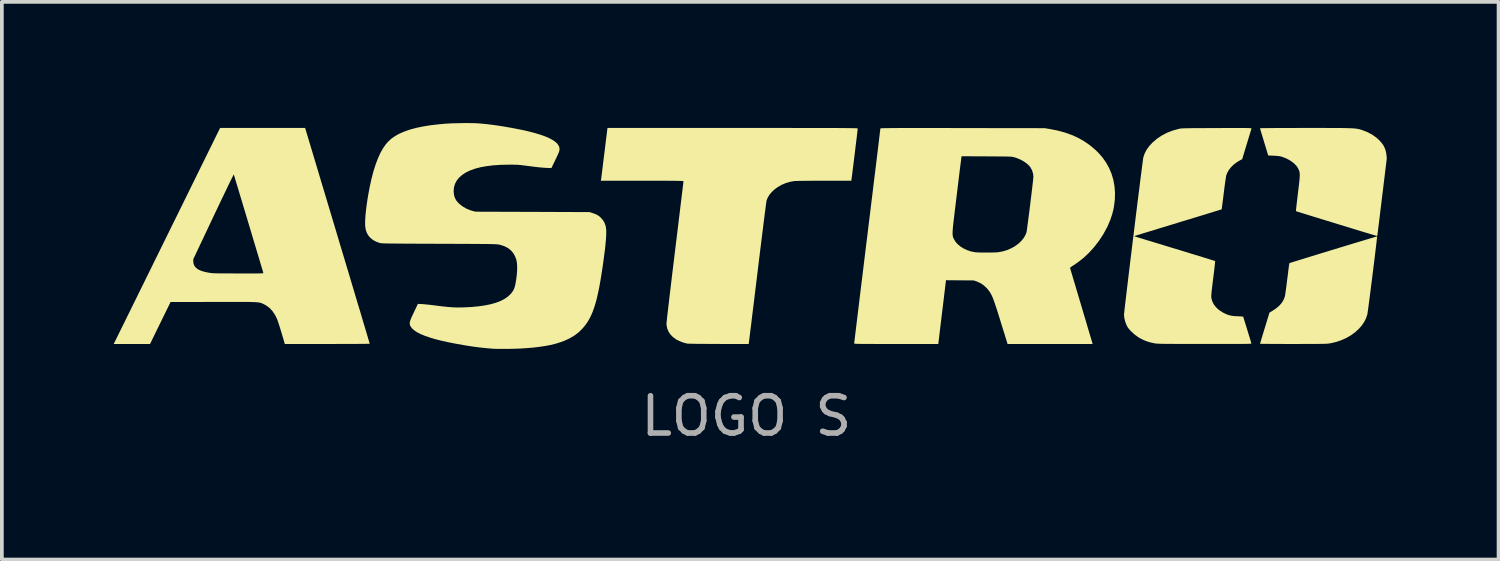
<source format=kicad_pcb>
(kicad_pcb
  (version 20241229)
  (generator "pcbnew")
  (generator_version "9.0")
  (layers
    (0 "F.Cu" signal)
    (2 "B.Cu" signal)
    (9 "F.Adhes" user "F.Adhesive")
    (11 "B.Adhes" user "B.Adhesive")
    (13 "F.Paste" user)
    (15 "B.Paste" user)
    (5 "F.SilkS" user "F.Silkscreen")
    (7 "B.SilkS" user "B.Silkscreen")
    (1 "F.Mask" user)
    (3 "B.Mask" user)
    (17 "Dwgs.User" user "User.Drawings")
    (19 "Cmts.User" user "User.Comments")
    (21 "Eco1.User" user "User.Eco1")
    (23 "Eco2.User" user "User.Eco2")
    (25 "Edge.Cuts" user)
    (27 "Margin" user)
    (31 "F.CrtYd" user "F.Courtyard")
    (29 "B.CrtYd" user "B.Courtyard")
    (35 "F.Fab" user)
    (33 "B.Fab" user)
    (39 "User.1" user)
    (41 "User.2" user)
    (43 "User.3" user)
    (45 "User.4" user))
  (footprint "LOGO S"
    (layer "F.Cu")
    (at 17.059 3.27)
    (property "Reference" "LOGO S" (at -0.09 4.84 0) (layer "F.Fab") (effects (font (size 1 1) (thickness 0.15))))
    (attr board_only exclude_from_pos_files exclude_from_bom)
    (fp_poly (pts (xy 14.31 -0.755) (xy 16.83 0.02) (xy 14.31 0.785) (xy 13.58 3.29) (xy 12.81 0.775) (xy 10.32 0.015) (xy 12.83 -0.755) (xy 13.575 -3.27)) (stroke (width 0) (type solid)) (fill yes) (layer "F.Mask"))
    (fp_poly (pts (xy 16.828 0.031) (xy 16.825 0.059) (xy 16.821 0.102) (xy 16.814 0.16) (xy 16.806 0.231) (xy 16.796 0.313) (xy 16.785 0.405) (xy 16.773 0.506) (xy 16.76 0.614) (xy 16.746 0.727) (xy 16.731 0.845) (xy 16.716 0.966) (xy 16.701 1.087) (xy 16.686 1.208) (xy 16.67 1.328) (xy 16.656 1.445) (xy 16.641 1.556) (xy 16.628 1.662) (xy 16.615 1.76) (xy 16.603 1.849) (xy 16.593 1.927) (xy 16.584 1.994) (xy 16.576 2.047) (xy 16.571 2.085) (xy 16.567 2.106) (xy 16.567 2.109) (xy 16.532 2.216) (xy 16.479 2.32) (xy 16.411 2.419) (xy 16.328 2.511) (xy 16.232 2.597) (xy 16.124 2.675) (xy 16.006 2.743) (xy 15.879 2.801) (xy 15.745 2.848) (xy 15.605 2.882) (xy 15.545 2.892) (xy 15.526 2.895) (xy 15.503 2.897) (xy 15.474 2.899) (xy 15.44 2.901) (xy 15.398 2.902) (xy 15.347 2.903) (xy 15.286 2.904) (xy 15.214 2.905) (xy 15.13 2.906) (xy 15.032 2.906) (xy 14.919 2.906) (xy 14.79 2.906) (xy 14.644 2.907) (xy 14.569 2.907) (xy 14.441 2.907) (xy 14.319 2.906) (xy 14.204 2.906) (xy 14.097 2.906) (xy 14 2.905) (xy 13.913 2.904) (xy 13.839 2.903) (xy 13.778 2.903) (xy 13.731 2.902) (xy 13.701 2.901) (xy 13.688 2.9) (xy 13.688 2.9) (xy 13.691 2.889) (xy 13.699 2.863) (xy 13.711 2.822) (xy 13.727 2.768) (xy 13.746 2.703) (xy 13.769 2.63) (xy 13.793 2.549) (xy 13.815 2.479) (xy 13.941 2.066) (xy 14.012 2.023) (xy 14.113 1.956) (xy 14.196 1.887) (xy 14.262 1.814) (xy 14.312 1.738) (xy 14.346 1.655) (xy 14.357 1.618) (xy 14.361 1.597) (xy 14.367 1.559) (xy 14.374 1.507) (xy 14.383 1.443) (xy 14.393 1.369) (xy 14.403 1.288) (xy 14.414 1.201) (xy 14.42 1.154) (xy 14.431 1.068) (xy 14.441 0.988) (xy 14.45 0.915) (xy 14.458 0.853) (xy 14.465 0.802) (xy 14.471 0.765) (xy 14.474 0.743) (xy 14.476 0.739) (xy 14.485 0.735) (xy 14.512 0.726) (xy 14.554 0.713) (xy 14.61 0.695) (xy 14.679 0.674) (xy 14.76 0.649) (xy 14.851 0.621) (xy 14.951 0.59) (xy 15.059 0.557) (xy 15.173 0.522) (xy 15.292 0.485) (xy 15.415 0.448) (xy 15.54 0.409) (xy 15.667 0.371) (xy 15.793 0.332) (xy 15.918 0.294) (xy 16.04 0.257) (xy 16.158 0.221) (xy 16.271 0.187) (xy 16.377 0.155) (xy 16.475 0.126) (xy 16.564 0.099) (xy 16.642 0.075) (xy 16.708 0.056) (xy 16.761 0.04) (xy 16.8 0.029) (xy 16.822 0.023) (xy 16.828 0.021)) (stroke (width 0) (type solid)) (fill yes) (layer "F.SilkS"))
    (fp_poly (pts (xy 15.1 -2.888) (xy 15.267 -2.888) (xy 15.418 -2.888) (xy 15.553 -2.887) (xy 15.673 -2.887) (xy 15.779 -2.886) (xy 15.873 -2.886) (xy 15.955 -2.885) (xy 16.026 -2.883) (xy 16.088 -2.881) (xy 16.141 -2.879) (xy 16.187 -2.877) (xy 16.226 -2.874) (xy 16.261 -2.87) (xy 16.29 -2.866) (xy 16.317 -2.861) (xy 16.341 -2.856) (xy 16.365 -2.85) (xy 16.388 -2.843) (xy 16.412 -2.836) (xy 16.433 -2.829) (xy 16.57 -2.776) (xy 16.695 -2.709) (xy 16.808 -2.629) (xy 16.884 -2.56) (xy 16.945 -2.493) (xy 16.992 -2.428) (xy 17.028 -2.36) (xy 17.047 -2.313) (xy 17.061 -2.264) (xy 17.073 -2.207) (xy 17.081 -2.146) (xy 17.086 -2.091) (xy 17.085 -2.045) (xy 17.084 -2.042) (xy 17.082 -2.027) (xy 17.078 -1.994) (xy 17.073 -1.945) (xy 17.065 -1.881) (xy 17.055 -1.804) (xy 17.044 -1.714) (xy 17.032 -1.613) (xy 17.019 -1.503) (xy 17.004 -1.384) (xy 16.989 -1.259) (xy 16.973 -1.127) (xy 16.96 -1.026) (xy 16.944 -0.891) (xy 16.928 -0.762) (xy 16.913 -0.638) (xy 16.899 -0.522) (xy 16.886 -0.415) (xy 16.874 -0.318) (xy 16.863 -0.233) (xy 16.854 -0.16) (xy 16.847 -0.101) (xy 16.841 -0.057) (xy 16.838 -0.03) (xy 16.836 -0.021) (xy 16.83 -0.001) (xy 16.821 0.008) (xy 16.82 0.008) (xy 16.809 0.006) (xy 16.782 -0.003) (xy 16.739 -0.016) (xy 16.681 -0.033) (xy 16.609 -0.055) (xy 16.525 -0.08) (xy 16.429 -0.109) (xy 16.323 -0.141) (xy 16.208 -0.176) (xy 16.085 -0.214) (xy 15.956 -0.254) (xy 15.82 -0.295) (xy 15.733 -0.322) (xy 15.595 -0.364) (xy 15.462 -0.405) (xy 15.334 -0.444) (xy 15.215 -0.481) (xy 15.104 -0.515) (xy 15.002 -0.547) (xy 14.911 -0.575) (xy 14.832 -0.599) (xy 14.766 -0.62) (xy 14.713 -0.637) (xy 14.677 -0.648) (xy 14.656 -0.655) (xy 14.652 -0.657) (xy 14.652 -0.667) (xy 14.654 -0.694) (xy 14.658 -0.737) (xy 14.664 -0.793) (xy 14.672 -0.861) (xy 14.681 -0.938) (xy 14.691 -1.023) (xy 14.702 -1.115) (xy 14.704 -1.134) (xy 14.718 -1.248) (xy 14.73 -1.346) (xy 14.739 -1.428) (xy 14.746 -1.497) (xy 14.751 -1.554) (xy 14.753 -1.601) (xy 14.754 -1.639) (xy 14.752 -1.672) (xy 14.748 -1.7) (xy 14.742 -1.725) (xy 14.733 -1.749) (xy 14.723 -1.773) (xy 14.713 -1.794) (xy 14.675 -1.858) (xy 14.62 -1.919) (xy 14.551 -1.977) (xy 14.47 -2.03) (xy 14.382 -2.075) (xy 14.287 -2.111) (xy 14.244 -2.124) (xy 14.21 -2.13) (xy 14.162 -2.136) (xy 14.105 -2.141) (xy 14.046 -2.144) (xy 13.997 -2.146) (xy 13.956 -2.148) (xy 13.925 -2.15) (xy 13.908 -2.151) (xy 13.906 -2.152) (xy 13.904 -2.161) (xy 13.896 -2.187) (xy 13.884 -2.226) (xy 13.868 -2.279) (xy 13.849 -2.341) (xy 13.828 -2.412) (xy 13.804 -2.489) (xy 13.797 -2.513) (xy 13.773 -2.592) (xy 13.751 -2.666) (xy 13.731 -2.731) (xy 13.714 -2.788) (xy 13.701 -2.832) (xy 13.692 -2.863) (xy 13.688 -2.879) (xy 13.688 -2.88) (xy 13.697 -2.881) (xy 13.724 -2.882) (xy 13.768 -2.883) (xy 13.828 -2.883) (xy 13.902 -2.884) (xy 13.99 -2.885) (xy 14.089 -2.886) (xy 14.2 -2.886) (xy 14.321 -2.887) (xy 14.451 -2.887) (xy 14.589 -2.887) (xy 14.733 -2.888) (xy 14.883 -2.888) (xy 14.914 -2.888)) (stroke (width 0) (type solid)) (fill yes) (layer "F.SilkS"))
    (fp_poly (pts (xy -11.058 0.002) (xy -10.99 0.231) (xy -10.923 0.454) (xy -10.857 0.672) (xy -10.794 0.884) (xy -10.732 1.09) (xy -10.673 1.288) (xy -10.616 1.478) (xy -10.562 1.659) (xy -10.511 1.83) (xy -10.462 1.991) (xy -10.417 2.142) (xy -10.376 2.281) (xy -10.338 2.408) (xy -10.304 2.521) (xy -10.274 2.622) (xy -10.249 2.708) (xy -10.228 2.779) (xy -10.211 2.834) (xy -10.2 2.873) (xy -10.193 2.895) (xy -10.192 2.9) (xy -10.201 2.9) (xy -10.228 2.901) (xy -10.272 2.902) (xy -10.332 2.903) (xy -10.405 2.904) (xy -10.492 2.904) (xy -10.591 2.905) (xy -10.701 2.905) (xy -10.821 2.906) (xy -10.949 2.906) (xy -11.084 2.906) (xy -11.226 2.907) (xy -11.331 2.907) (xy -12.469 2.907) (xy -12.556 2.613) (xy -12.579 2.537) (xy -12.602 2.463) (xy -12.624 2.394) (xy -12.644 2.333) (xy -12.661 2.283) (xy -12.674 2.247) (xy -12.677 2.237) (xy -12.733 2.125) (xy -12.799 2.027) (xy -12.874 1.945) (xy -12.959 1.88) (xy -13.017 1.847) (xy -13.037 1.837) (xy -13.056 1.828) (xy -13.074 1.819) (xy -13.091 1.812) (xy -13.11 1.806) (xy -13.131 1.8) (xy -13.155 1.795) (xy -13.184 1.791) (xy -13.218 1.788) (xy -13.259 1.785) (xy -13.307 1.782) (xy -13.364 1.781) (xy -13.43 1.779) (xy -13.508 1.778) (xy -13.597 1.778) (xy -13.699 1.778) (xy -13.815 1.778) (xy -13.946 1.778) (xy -14.093 1.778) (xy -14.257 1.778) (xy -14.387 1.779) (xy -15.534 1.781) (xy -15.81 2.344) (xy -16.085 2.907) (xy -17.059 2.907) (xy -16.819 2.42) (xy -16.794 2.369) (xy -16.761 2.303) (xy -16.721 2.221) (xy -16.674 2.125) (xy -16.619 2.015) (xy -16.559 1.892) (xy -16.493 1.758) (xy -16.421 1.612) (xy -16.345 1.457) (xy -16.264 1.293) (xy -16.179 1.12) (xy -16.09 0.94) (xy -15.998 0.753) (xy -15.969 0.693) (xy -14.925 0.693) (xy -14.917 0.758) (xy -14.891 0.816) (xy -14.849 0.866) (xy -14.789 0.909) (xy -14.711 0.945) (xy -14.616 0.973) (xy -14.524 0.992) (xy -14.499 0.996) (xy -14.477 0.999) (xy -14.456 1.002) (xy -14.434 1.005) (xy -14.411 1.007) (xy -14.384 1.009) (xy -14.352 1.01) (xy -14.314 1.011) (xy -14.268 1.012) (xy -14.212 1.013) (xy -14.145 1.014) (xy -14.065 1.014) (xy -13.972 1.014) (xy -13.863 1.014) (xy -13.737 1.015) (xy -13.704 1.015) (xy -13.575 1.015) (xy -13.465 1.015) (xy -13.371 1.015) (xy -13.291 1.015) (xy -13.226 1.015) (xy -13.173 1.014) (xy -13.132 1.014) (xy -13.1 1.013) (xy -13.077 1.011) (xy -13.061 1.009) (xy -13.052 1.007) (xy -13.047 1.005) (xy -13.045 1.002) (xy -13.046 1) (xy -13.066 0.931) (xy -13.09 0.85) (xy -13.118 0.758) (xy -13.148 0.656) (xy -13.181 0.545) (xy -13.217 0.427) (xy -13.254 0.302) (xy -13.293 0.173) (xy -13.333 0.04) (xy -13.373 -0.096) (xy -13.415 -0.234) (xy -13.456 -0.371) (xy -13.497 -0.508) (xy -13.537 -0.642) (xy -13.577 -0.773) (xy -13.614 -0.899) (xy -13.651 -1.02) (xy -13.685 -1.133) (xy -13.716 -1.238) (xy -13.745 -1.333) (xy -13.771 -1.418) (xy -13.793 -1.491) (xy -13.811 -1.551) (xy -13.825 -1.597) (xy -13.834 -1.627) (xy -13.838 -1.64) (xy -13.838 -1.64) (xy -13.843 -1.633) (xy -13.856 -1.61) (xy -13.875 -1.571) (xy -13.901 -1.519) (xy -13.934 -1.453) (xy -13.972 -1.375) (xy -14.015 -1.285) (xy -14.063 -1.185) (xy -14.115 -1.076) (xy -14.172 -0.959) (xy -14.231 -0.834) (xy -14.293 -0.703) (xy -14.358 -0.567) (xy -14.385 -0.51) (xy -14.925 0.632) (xy -14.925 0.693) (xy -15.969 0.693) (xy -15.903 0.56) (xy -15.806 0.363) (xy -15.707 0.162) (xy -15.606 -0.043) (xy -15.505 -0.249) (xy -15.402 -0.457) (xy -15.392 -0.477) (xy -14.206 -2.888) (xy -11.925 -2.888)) (stroke (width 0) (type solid)) (fill yes) (layer "F.SilkS"))
    (fp_poly (pts (xy -0.159 -2.888) (xy 0.122 -2.888) (xy 0.386 -2.888) (xy 0.632 -2.888) (xy 0.862 -2.888) (xy 1.076 -2.888) (xy 1.274 -2.887) (xy 1.457 -2.887) (xy 1.626 -2.887) (xy 1.782 -2.887) (xy 1.924 -2.887) (xy 2.053 -2.887) (xy 2.171 -2.886) (xy 2.277 -2.886) (xy 2.372 -2.886) (xy 2.457 -2.885) (xy 2.532 -2.885) (xy 2.598 -2.884) (xy 2.656 -2.884) (xy 2.706 -2.883) (xy 2.748 -2.882) (xy 2.784 -2.882) (xy 2.813 -2.881) (xy 2.837 -2.88) (xy 2.856 -2.879) (xy 2.87 -2.878) (xy 2.881 -2.877) (xy 2.888 -2.875) (xy 2.893 -2.874) (xy 2.896 -2.873) (xy 2.897 -2.871) (xy 2.897 -2.87) (xy 2.896 -2.858) (xy 2.893 -2.829) (xy 2.888 -2.785) (xy 2.881 -2.728) (xy 2.873 -2.659) (xy 2.863 -2.58) (xy 2.853 -2.494) (xy 2.841 -2.402) (xy 2.83 -2.306) (xy 2.818 -2.208) (xy 2.806 -2.109) (xy 2.794 -2.012) (xy 2.782 -1.918) (xy 2.771 -1.829) (xy 2.761 -1.747) (xy 2.752 -1.674) (xy 2.744 -1.612) (xy 2.737 -1.562) (xy 2.733 -1.527) (xy 2.73 -1.508) (xy 2.73 -1.508) (xy 2.725 -1.472) (xy 1.996 -1.472) (xy 1.856 -1.472) (xy 1.727 -1.472) (xy 1.608 -1.471) (xy 1.502 -1.47) (xy 1.409 -1.469) (xy 1.331 -1.468) (xy 1.268 -1.466) (xy 1.222 -1.465) (xy 1.193 -1.463) (xy 1.19 -1.463) (xy 1.073 -1.441) (xy 0.961 -1.407) (xy 0.854 -1.361) (xy 0.756 -1.305) (xy 0.667 -1.241) (xy 0.59 -1.169) (xy 0.526 -1.092) (xy 0.478 -1.009) (xy 0.452 -0.942) (xy 0.45 -0.927) (xy 0.445 -0.895) (xy 0.438 -0.845) (xy 0.429 -0.78) (xy 0.419 -0.699) (xy 0.406 -0.605) (xy 0.393 -0.497) (xy 0.377 -0.376) (xy 0.361 -0.244) (xy 0.343 -0.102) (xy 0.324 0.05) (xy 0.304 0.211) (xy 0.283 0.379) (xy 0.262 0.555) (xy 0.239 0.736) (xy 0.217 0.922) (xy 0.209 0.987) (xy 0.186 1.174) (xy 0.164 1.356) (xy 0.142 1.532) (xy 0.122 1.702) (xy 0.102 1.864) (xy 0.083 2.017) (xy 0.065 2.161) (xy 0.049 2.295) (xy 0.034 2.417) (xy 0.02 2.528) (xy 0.008 2.625) (xy -0.002 2.708) (xy -0.01 2.777) (xy -0.017 2.829) (xy -0.022 2.865) (xy -0.024 2.883) (xy -0.024 2.885) (xy -0.029 2.907) (xy -0.824 2.906) (xy -0.947 2.905) (xy -1.065 2.905) (xy -1.177 2.904) (xy -1.281 2.903) (xy -1.376 2.903) (xy -1.461 2.902) (xy -1.534 2.9) (xy -1.592 2.899) (xy -1.636 2.898) (xy -1.663 2.897) (xy -1.671 2.896) (xy -1.738 2.881) (xy -1.813 2.857) (xy -1.887 2.827) (xy -1.953 2.795) (xy -1.97 2.785) (xy -2.054 2.725) (xy -2.123 2.656) (xy -2.176 2.579) (xy -2.211 2.495) (xy -2.23 2.405) (xy -2.232 2.358) (xy -2.231 2.341) (xy -2.228 2.307) (xy -2.222 2.256) (xy -2.215 2.188) (xy -2.206 2.106) (xy -2.194 2.009) (xy -2.182 1.9) (xy -2.167 1.778) (xy -2.152 1.644) (xy -2.135 1.501) (xy -2.116 1.347) (xy -2.097 1.186) (xy -2.077 1.017) (xy -2.055 0.841) (xy -2.033 0.66) (xy -2.011 0.473) (xy -2.004 0.421) (xy -1.982 0.234) (xy -1.959 0.053) (xy -1.938 -0.123) (xy -1.917 -0.291) (xy -1.898 -0.453) (xy -1.879 -0.605) (xy -1.862 -0.748) (xy -1.846 -0.88) (xy -1.831 -1.002) (xy -1.818 -1.111) (xy -1.806 -1.207) (xy -1.796 -1.289) (xy -1.788 -1.356) (xy -1.782 -1.407) (xy -1.778 -1.441) (xy -1.776 -1.458) (xy -1.776 -1.459) (xy -1.779 -1.461) (xy -1.786 -1.463) (xy -1.8 -1.465) (xy -1.821 -1.466) (xy -1.85 -1.467) (xy -1.888 -1.468) (xy -1.936 -1.469) (xy -1.995 -1.47) (xy -2.066 -1.471) (xy -2.15 -1.471) (xy -2.248 -1.472) (xy -2.36 -1.472) (xy -2.488 -1.472) (xy -2.633 -1.472) (xy -2.795 -1.472) (xy -2.884 -1.472) (xy -3.992 -1.472) (xy -3.987 -1.508) (xy -3.984 -1.523) (xy -3.98 -1.556) (xy -3.974 -1.604) (xy -3.966 -1.666) (xy -3.957 -1.74) (xy -3.946 -1.826) (xy -3.935 -1.92) (xy -3.922 -2.023) (xy -3.909 -2.131) (xy -3.898 -2.216) (xy -3.815 -2.888) (xy -0.459 -2.888)) (stroke (width 0) (type solid)) (fill yes) (layer "F.SilkS"))
    (fp_poly (pts (xy 13.205 -2.886) (xy 13.268 -2.886) (xy 13.32 -2.886) (xy 13.362 -2.885) (xy 13.394 -2.884) (xy 13.418 -2.883) (xy 13.436 -2.881) (xy 13.447 -2.88) (xy 13.454 -2.878) (xy 13.457 -2.875) (xy 13.458 -2.873) (xy 13.458 -2.871) (xy 13.454 -2.859) (xy 13.446 -2.83) (xy 13.433 -2.787) (xy 13.416 -2.732) (xy 13.396 -2.666) (xy 13.374 -2.592) (xy 13.349 -2.511) (xy 13.331 -2.452) (xy 13.209 -2.05) (xy 13.171 -2.031) (xy 13.073 -1.974) (xy 12.985 -1.908) (xy 12.91 -1.835) (xy 12.849 -1.757) (xy 12.804 -1.675) (xy 12.781 -1.61) (xy 12.777 -1.589) (xy 12.771 -1.551) (xy 12.763 -1.498) (xy 12.753 -1.434) (xy 12.743 -1.36) (xy 12.732 -1.278) (xy 12.721 -1.19) (xy 12.714 -1.131) (xy 12.703 -1.043) (xy 12.693 -0.962) (xy 12.683 -0.889) (xy 12.675 -0.825) (xy 12.668 -0.773) (xy 12.663 -0.734) (xy 12.659 -0.711) (xy 12.658 -0.705) (xy 12.649 -0.702) (xy 12.622 -0.694) (xy 12.58 -0.681) (xy 12.522 -0.663) (xy 12.451 -0.641) (xy 12.367 -0.615) (xy 12.272 -0.586) (xy 12.165 -0.553) (xy 12.05 -0.518) (xy 11.926 -0.48) (xy 11.794 -0.44) (xy 11.656 -0.398) (xy 11.514 -0.355) (xy 11.502 -0.351) (xy 11.358 -0.307) (xy 11.22 -0.265) (xy 11.087 -0.225) (xy 10.961 -0.186) (xy 10.844 -0.15) (xy 10.735 -0.117) (xy 10.638 -0.087) (xy 10.551 -0.061) (xy 10.477 -0.038) (xy 10.417 -0.02) (xy 10.372 -0.005) (xy 10.343 0.004) (xy 10.33 0.008) (xy 10.33 0.008) (xy 10.32 0.014) (xy 10.324 0.019) (xy 10.344 0.027) (xy 10.344 0.027) (xy 10.358 0.031) (xy 10.388 0.04) (xy 10.434 0.054) (xy 10.495 0.073) (xy 10.569 0.095) (xy 10.655 0.122) (xy 10.753 0.151) (xy 10.86 0.184) (xy 10.977 0.219) (xy 11.1 0.257) (xy 11.231 0.297) (xy 11.366 0.338) (xy 11.427 0.356) (xy 11.564 0.398) (xy 11.695 0.438) (xy 11.821 0.477) (xy 11.939 0.513) (xy 12.048 0.546) (xy 12.148 0.577) (xy 12.237 0.604) (xy 12.314 0.628) (xy 12.378 0.648) (xy 12.428 0.664) (xy 12.463 0.675) (xy 12.481 0.681) (xy 12.483 0.682) (xy 12.483 0.693) (xy 12.481 0.72) (xy 12.477 0.763) (xy 12.471 0.819) (xy 12.464 0.886) (xy 12.455 0.963) (xy 12.444 1.048) (xy 12.433 1.139) (xy 12.431 1.152) (xy 12.418 1.259) (xy 12.407 1.348) (xy 12.398 1.422) (xy 12.391 1.483) (xy 12.386 1.531) (xy 12.383 1.57) (xy 12.381 1.601) (xy 12.38 1.625) (xy 12.38 1.645) (xy 12.382 1.662) (xy 12.384 1.679) (xy 12.385 1.682) (xy 12.409 1.768) (xy 12.451 1.849) (xy 12.51 1.924) (xy 12.585 1.993) (xy 12.676 2.053) (xy 12.725 2.08) (xy 12.788 2.109) (xy 12.848 2.131) (xy 12.908 2.146) (xy 12.975 2.156) (xy 13.054 2.162) (xy 13.087 2.163) (xy 13.138 2.165) (xy 13.181 2.168) (xy 13.214 2.171) (xy 13.233 2.173) (xy 13.236 2.174) (xy 13.239 2.184) (xy 13.247 2.21) (xy 13.26 2.248) (xy 13.275 2.299) (xy 13.293 2.357) (xy 13.314 2.423) (xy 13.335 2.492) (xy 13.357 2.563) (xy 13.378 2.633) (xy 13.399 2.7) (xy 13.418 2.762) (xy 13.434 2.816) (xy 13.447 2.86) (xy 13.456 2.89) (xy 13.456 2.892) (xy 13.454 2.895) (xy 13.449 2.896) (xy 13.44 2.898) (xy 13.426 2.9) (xy 13.406 2.901) (xy 13.379 2.902) (xy 13.345 2.903) (xy 13.301 2.904) (xy 13.249 2.904) (xy 13.185 2.905) (xy 13.11 2.905) (xy 13.022 2.906) (xy 12.921 2.906) (xy 12.806 2.906) (xy 12.675 2.906) (xy 12.528 2.906) (xy 12.364 2.906) (xy 12.204 2.906) (xy 12.023 2.906) (xy 11.86 2.906) (xy 11.714 2.905) (xy 11.583 2.905) (xy 11.468 2.905) (xy 11.366 2.904) (xy 11.277 2.904) (xy 11.2 2.903) (xy 11.134 2.903) (xy 11.078 2.902) (xy 11.03 2.901) (xy 10.991 2.9) (xy 10.957 2.898) (xy 10.93 2.897) (xy 10.907 2.895) (xy 10.888 2.893) (xy 10.872 2.891) (xy 10.857 2.889) (xy 10.852 2.888) (xy 10.706 2.854) (xy 10.572 2.805) (xy 10.448 2.741) (xy 10.334 2.661) (xy 10.239 2.575) (xy 10.197 2.532) (xy 10.167 2.497) (xy 10.143 2.466) (xy 10.124 2.432) (xy 10.109 2.403) (xy 10.068 2.297) (xy 10.045 2.192) (xy 10.04 2.117) (xy 10.041 2.101) (xy 10.045 2.067) (xy 10.05 2.016) (xy 10.058 1.949) (xy 10.067 1.868) (xy 10.078 1.773) (xy 10.091 1.666) (xy 10.105 1.547) (xy 10.12 1.418) (xy 10.137 1.28) (xy 10.154 1.133) (xy 10.173 0.98) (xy 10.192 0.82) (xy 10.212 0.655) (xy 10.233 0.486) (xy 10.254 0.314) (xy 10.275 0.141) (xy 10.297 -0.034) (xy 10.318 -0.208) (xy 10.339 -0.381) (xy 10.36 -0.551) (xy 10.381 -0.718) (xy 10.401 -0.881) (xy 10.421 -1.038) (xy 10.44 -1.188) (xy 10.458 -1.331) (xy 10.474 -1.465) (xy 10.49 -1.589) (xy 10.505 -1.702) (xy 10.518 -1.803) (xy 10.529 -1.892) (xy 10.539 -1.966) (xy 10.547 -2.026) (xy 10.553 -2.069) (xy 10.557 -2.095) (xy 10.559 -2.101) (xy 10.594 -2.205) (xy 10.646 -2.304) (xy 10.715 -2.4) (xy 10.802 -2.494) (xy 10.804 -2.496) (xy 10.924 -2.599) (xy 11.056 -2.687) (xy 11.2 -2.762) (xy 11.356 -2.821) (xy 11.502 -2.861) (xy 11.517 -2.865) (xy 11.532 -2.868) (xy 11.548 -2.87) (xy 11.566 -2.873) (xy 11.587 -2.875) (xy 11.612 -2.876) (xy 11.643 -2.878) (xy 11.681 -2.879) (xy 11.727 -2.88) (xy 11.783 -2.881) (xy 11.849 -2.882) (xy 11.926 -2.883) (xy 12.017 -2.883) (xy 12.122 -2.884) (xy 12.242 -2.884) (xy 12.379 -2.885) (xy 12.528 -2.885) (xy 12.682 -2.886) (xy 12.818 -2.886) (xy 12.937 -2.886) (xy 13.041 -2.887) (xy 13.13 -2.887)) (stroke (width 0) (type solid)) (fill yes) (layer "F.SilkS"))
    (fp_poly (pts (xy -7.506 -3.018) (xy -7.421 -3.017) (xy -7.348 -3.015) (xy -7.3 -3.012) (xy -7.183 -3.003) (xy -7.07 -2.992) (xy -6.955 -2.979) (xy -6.837 -2.963) (xy -6.712 -2.945) (xy -6.577 -2.923) (xy -6.428 -2.897) (xy -6.345 -2.882) (xy -6.139 -2.842) (xy -5.951 -2.8) (xy -5.782 -2.757) (xy -5.632 -2.713) (xy -5.5 -2.667) (xy -5.388 -2.619) (xy -5.294 -2.57) (xy -5.219 -2.519) (xy -5.162 -2.467) (xy -5.124 -2.413) (xy -5.104 -2.357) (xy -5.101 -2.325) (xy -5.102 -2.305) (xy -5.105 -2.285) (xy -5.11 -2.262) (xy -5.12 -2.234) (xy -5.135 -2.199) (xy -5.155 -2.154) (xy -5.182 -2.097) (xy -5.216 -2.026) (xy -5.229 -1.998) (xy -5.319 -1.812) (xy -5.459 -1.817) (xy -5.508 -1.82) (xy -5.572 -1.825) (xy -5.647 -1.832) (xy -5.73 -1.841) (xy -5.817 -1.852) (xy -5.904 -1.863) (xy -5.989 -1.874) (xy -6.059 -1.883) (xy -6.118 -1.89) (xy -6.169 -1.895) (xy -6.215 -1.899) (xy -6.261 -1.901) (xy -6.31 -1.902) (xy -6.366 -1.903) (xy -6.431 -1.903) (xy -6.454 -1.903) (xy -6.671 -1.899) (xy -6.87 -1.886) (xy -7.052 -1.864) (xy -7.218 -1.835) (xy -7.366 -1.796) (xy -7.498 -1.749) (xy -7.613 -1.694) (xy -7.711 -1.63) (xy -7.793 -1.557) (xy -7.798 -1.553) (xy -7.86 -1.474) (xy -7.904 -1.391) (xy -7.931 -1.3) (xy -7.941 -1.202) (xy -7.941 -1.191) (xy -7.933 -1.099) (xy -7.91 -1.017) (xy -7.871 -0.943) (xy -7.814 -0.876) (xy -7.801 -0.863) (xy -7.704 -0.785) (xy -7.601 -0.724) (xy -7.487 -0.678) (xy -7.435 -0.663) (xy -7.357 -0.642) (xy -5.828 -0.637) (xy -4.298 -0.631) (xy -4.228 -0.61) (xy -4.157 -0.585) (xy -4.1 -0.56) (xy -4.051 -0.53) (xy -4.007 -0.493) (xy -3.989 -0.476) (xy -3.937 -0.416) (xy -3.899 -0.353) (xy -3.871 -0.281) (xy -3.86 -0.24) (xy -3.853 -0.194) (xy -3.848 -0.136) (xy -3.848 -0.064) (xy -3.851 0.021) (xy -3.858 0.121) (xy -3.868 0.235) (xy -3.882 0.366) (xy -3.901 0.513) (xy -3.923 0.678) (xy -3.942 0.815) (xy -3.974 1.023) (xy -4.005 1.213) (xy -4.036 1.386) (xy -4.069 1.544) (xy -4.102 1.688) (xy -4.137 1.818) (xy -4.174 1.936) (xy -4.213 2.044) (xy -4.255 2.142) (xy -4.3 2.231) (xy -4.348 2.313) (xy -4.4 2.388) (xy -4.457 2.459) (xy -4.498 2.505) (xy -4.595 2.599) (xy -4.704 2.681) (xy -4.827 2.753) (xy -4.859 2.769) (xy -4.968 2.819) (xy -5.085 2.862) (xy -5.211 2.901) (xy -5.348 2.934) (xy -5.497 2.962) (xy -5.66 2.986) (xy -5.837 3.006) (xy -6.031 3.021) (xy -6.184 3.03) (xy -6.239 3.032) (xy -6.305 3.034) (xy -6.38 3.036) (xy -6.46 3.037) (xy -6.542 3.038) (xy -6.624 3.038) (xy -6.7 3.038) (xy -6.77 3.037) (xy -6.828 3.036) (xy -6.873 3.035) (xy -6.891 3.033) (xy -7.026 3.022) (xy -7.149 3.01) (xy -7.265 2.997) (xy -7.381 2.982) (xy -7.503 2.964) (xy -7.636 2.943) (xy -7.652 2.94) (xy -7.875 2.901) (xy -8.079 2.861) (xy -8.264 2.82) (xy -8.431 2.778) (xy -8.579 2.734) (xy -8.709 2.689) (xy -8.821 2.643) (xy -8.915 2.596) (xy -8.99 2.547) (xy -9.048 2.496) (xy -9.056 2.488) (xy -9.08 2.458) (xy -9.1 2.427) (xy -9.11 2.407) (xy -9.116 2.384) (xy -9.119 2.362) (xy -9.119 2.338) (xy -9.114 2.31) (xy -9.104 2.276) (xy -9.088 2.234) (xy -9.066 2.182) (xy -9.037 2.119) (xy -9.001 2.042) (xy -8.972 1.982) (xy -8.9 1.831) (xy -8.793 1.836) (xy -8.754 1.839) (xy -8.701 1.844) (xy -8.636 1.85) (xy -8.564 1.858) (xy -8.488 1.867) (xy -8.426 1.875) (xy -8.307 1.89) (xy -8.205 1.902) (xy -8.115 1.911) (xy -8.035 1.918) (xy -7.96 1.923) (xy -7.889 1.926) (xy -7.818 1.927) (xy -7.744 1.926) (xy -7.68 1.925) (xy -7.471 1.915) (xy -7.279 1.897) (xy -7.104 1.872) (xy -6.947 1.84) (xy -6.806 1.8) (xy -6.682 1.752) (xy -6.575 1.697) (xy -6.484 1.633) (xy -6.409 1.562) (xy -6.361 1.5) (xy -6.338 1.463) (xy -6.32 1.424) (xy -6.304 1.38) (xy -6.29 1.328) (xy -6.278 1.263) (xy -6.265 1.184) (xy -6.262 1.17) (xy -6.247 1.046) (xy -6.239 0.932) (xy -6.237 0.828) (xy -6.243 0.737) (xy -6.256 0.662) (xy -6.258 0.652) (xy -6.294 0.554) (xy -6.343 0.468) (xy -6.406 0.395) (xy -6.483 0.334) (xy -6.575 0.286) (xy -6.681 0.251) (xy -6.706 0.245) (xy -6.718 0.242) (xy -6.73 0.24) (xy -6.742 0.237) (xy -6.757 0.235) (xy -6.774 0.234) (xy -6.794 0.232) (xy -6.819 0.231) (xy -6.849 0.229) (xy -6.885 0.228) (xy -6.929 0.227) (xy -6.981 0.226) (xy -7.041 0.225) (xy -7.112 0.224) (xy -7.193 0.224) (xy -7.286 0.223) (xy -7.392 0.222) (xy -7.512 0.222) (xy -7.645 0.221) (xy -7.795 0.221) (xy -7.96 0.22) (xy -8.143 0.219) (xy -8.331 0.219) (xy -8.531 0.218) (xy -8.713 0.217) (xy -8.878 0.217) (xy -9.027 0.216) (xy -9.16 0.215) (xy -9.279 0.215) (xy -9.384 0.214) (xy -9.477 0.213) (xy -9.557 0.213) (xy -9.627 0.212) (xy -9.687 0.211) (xy -9.737 0.21) (xy -9.78 0.209) (xy -9.814 0.208) (xy -9.843 0.206) (xy -9.866 0.205) (xy -9.884 0.203) (xy -9.899 0.202) (xy -9.91 0.2) (xy -9.92 0.197) (xy -9.926 0.196) (xy -10.021 0.162) (xy -10.102 0.118) (xy -10.169 0.065) (xy -10.222 0.006) (xy -10.263 -0.06) (xy -10.292 -0.136) (xy -10.302 -0.178) (xy -10.312 -0.242) (xy -10.316 -0.323) (xy -10.314 -0.421) (xy -10.307 -0.535) (xy -10.294 -0.665) (xy -10.276 -0.809) (xy -10.253 -0.967) (xy -10.235 -1.078) (xy -10.191 -1.313) (xy -10.143 -1.53) (xy -10.091 -1.729) (xy -10.033 -1.91) (xy -9.972 -2.072) (xy -9.906 -2.217) (xy -9.835 -2.343) (xy -9.76 -2.45) (xy -9.696 -2.524) (xy -9.609 -2.603) (xy -9.506 -2.674) (xy -9.388 -2.739) (xy -9.253 -2.796) (xy -9.103 -2.848) (xy -8.935 -2.892) (xy -8.751 -2.93) (xy -8.55 -2.962) (xy -8.331 -2.987) (xy -8.164 -3.002) (xy -8.088 -3.006) (xy -8 -3.011) (xy -7.904 -3.014) (xy -7.803 -3.016) (xy -7.7 -3.018) (xy -7.6 -3.019)) (stroke (width 0) (type solid)) (fill yes) (layer "F.SilkS"))
    (fp_poly (pts (xy 4.591 -2.886) (xy 4.758 -2.886) (xy 4.94 -2.886) (xy 5.139 -2.886) (xy 5.355 -2.886) (xy 5.589 -2.885) (xy 5.706 -2.885) (xy 7.908 -2.882) (xy 8.041 -2.861) (xy 8.254 -2.819) (xy 8.454 -2.765) (xy 8.64 -2.699) (xy 8.814 -2.62) (xy 8.976 -2.527) (xy 9.129 -2.421) (xy 9.272 -2.3) (xy 9.349 -2.226) (xy 9.462 -2.097) (xy 9.56 -1.958) (xy 9.641 -1.811) (xy 9.706 -1.656) (xy 9.754 -1.494) (xy 9.784 -1.326) (xy 9.798 -1.152) (xy 9.794 -0.973) (xy 9.772 -0.791) (xy 9.76 -0.723) (xy 9.723 -0.574) (xy 9.673 -0.425) (xy 9.608 -0.272) (xy 9.585 -0.223) (xy 9.485 -0.039) (xy 9.37 0.137) (xy 9.243 0.302) (xy 9.105 0.455) (xy 8.957 0.595) (xy 8.799 0.719) (xy 8.675 0.802) (xy 8.64 0.825) (xy 8.613 0.845) (xy 8.596 0.861) (xy 8.592 0.867) (xy 8.596 0.879) (xy 8.604 0.907) (xy 8.617 0.951) (xy 8.634 1.009) (xy 8.655 1.079) (xy 8.679 1.16) (xy 8.706 1.25) (xy 8.736 1.349) (xy 8.767 1.455) (xy 8.8 1.565) (xy 8.834 1.68) (xy 8.869 1.797) (xy 8.904 1.915) (xy 8.939 2.032) (xy 8.973 2.148) (xy 9.007 2.26) (xy 9.038 2.367) (xy 9.068 2.468) (xy 9.096 2.562) (xy 9.121 2.646) (xy 9.143 2.72) (xy 9.161 2.782) (xy 9.176 2.83) (xy 9.185 2.863) (xy 9.19 2.88) (xy 9.191 2.882) (xy 9.197 2.907) (xy 6.917 2.907) (xy 6.907 2.876) (xy 6.902 2.861) (xy 6.893 2.83) (xy 6.879 2.785) (xy 6.86 2.726) (xy 6.839 2.656) (xy 6.814 2.575) (xy 6.786 2.487) (xy 6.757 2.392) (xy 6.726 2.293) (xy 6.725 2.289) (xy 6.685 2.16) (xy 6.65 2.048) (xy 6.619 1.951) (xy 6.591 1.867) (xy 6.567 1.796) (xy 6.545 1.736) (xy 6.526 1.684) (xy 6.508 1.64) (xy 6.49 1.602) (xy 6.473 1.569) (xy 6.456 1.539) (xy 6.438 1.51) (xy 6.435 1.505) (xy 6.365 1.415) (xy 6.284 1.339) (xy 6.195 1.277) (xy 6.099 1.233) (xy 6.086 1.228) (xy 6.008 1.202) (xy 5.637 1.199) (xy 5.265 1.196) (xy 5.26 1.237) (xy 5.258 1.252) (xy 5.254 1.285) (xy 5.248 1.334) (xy 5.24 1.397) (xy 5.231 1.474) (xy 5.22 1.562) (xy 5.209 1.66) (xy 5.196 1.767) (xy 5.182 1.881) (xy 5.167 2.001) (xy 5.156 2.092) (xy 5.058 2.907) (xy 3.93 2.907) (xy 3.76 2.907) (xy 3.608 2.907) (xy 3.473 2.907) (xy 3.354 2.906) (xy 3.25 2.906) (xy 3.159 2.906) (xy 3.082 2.905) (xy 3.017 2.905) (xy 2.963 2.904) (xy 2.918 2.903) (xy 2.883 2.903) (xy 2.856 2.901) (xy 2.835 2.9) (xy 2.821 2.898) (xy 2.811 2.897) (xy 2.806 2.895) (xy 2.803 2.892) (xy 2.802 2.89) (xy 2.802 2.889) (xy 2.803 2.879) (xy 2.807 2.85) (xy 2.812 2.804) (xy 2.82 2.741) (xy 2.829 2.662) (xy 2.841 2.568) (xy 2.854 2.459) (xy 2.869 2.337) (xy 2.885 2.202) (xy 2.903 2.054) (xy 2.923 1.895) (xy 2.943 1.725) (xy 2.965 1.545) (xy 2.988 1.356) (xy 3.013 1.157) (xy 3.038 0.951) (xy 3.064 0.738) (xy 3.091 0.519) (xy 3.118 0.293) (xy 3.147 0.063) (xy 3.154 0.007) (xy 3.163 -0.068) (xy 5.441 -0.068) (xy 5.442 -0.036) (xy 5.444 -0.01) (xy 5.447 0.011) (xy 5.451 0.03) (xy 5.457 0.048) (xy 5.464 0.064) (xy 5.472 0.082) (xy 5.481 0.1) (xy 5.482 0.101) (xy 5.524 0.17) (xy 5.583 0.235) (xy 5.655 0.294) (xy 5.739 0.346) (xy 5.831 0.389) (xy 5.928 0.422) (xy 6.029 0.443) (xy 6.05 0.446) (xy 6.088 0.449) (xy 6.14 0.451) (xy 6.205 0.453) (xy 6.276 0.454) (xy 6.352 0.454) (xy 6.428 0.454) (xy 6.5 0.453) (xy 6.566 0.451) (xy 6.62 0.449) (xy 6.659 0.446) (xy 6.663 0.445) (xy 6.782 0.424) (xy 6.897 0.39) (xy 7.005 0.344) (xy 7.106 0.289) (xy 7.197 0.224) (xy 7.276 0.152) (xy 7.342 0.074) (xy 7.392 -0.009) (xy 7.423 -0.085) (xy 7.426 -0.102) (xy 7.432 -0.136) (xy 7.439 -0.186) (xy 7.447 -0.248) (xy 7.457 -0.322) (xy 7.468 -0.406) (xy 7.48 -0.498) (xy 7.493 -0.596) (xy 7.506 -0.698) (xy 7.519 -0.802) (xy 7.532 -0.907) (xy 7.544 -1.011) (xy 7.557 -1.111) (xy 7.568 -1.207) (xy 7.579 -1.296) (xy 7.588 -1.376) (xy 7.596 -1.446) (xy 7.602 -1.504) (xy 7.606 -1.548) (xy 7.608 -1.575) (xy 7.609 -1.582) (xy 7.599 -1.668) (xy 7.573 -1.752) (xy 7.531 -1.829) (xy 7.498 -1.871) (xy 7.436 -1.93) (xy 7.359 -1.985) (xy 7.272 -2.034) (xy 7.179 -2.075) (xy 7.1 -2.101) (xy 7.085 -2.105) (xy 7.071 -2.109) (xy 7.055 -2.112) (xy 7.037 -2.114) (xy 7.014 -2.117) (xy 6.987 -2.118) (xy 6.952 -2.12) (xy 6.909 -2.121) (xy 6.856 -2.122) (xy 6.792 -2.123) (xy 6.715 -2.124) (xy 6.624 -2.124) (xy 6.517 -2.125) (xy 6.394 -2.125) (xy 6.353 -2.126) (xy 5.682 -2.129) (xy 5.677 -2.093) (xy 5.675 -2.078) (xy 5.671 -2.047) (xy 5.665 -1.998) (xy 5.657 -1.935) (xy 5.647 -1.859) (xy 5.636 -1.77) (xy 5.624 -1.67) (xy 5.61 -1.56) (xy 5.596 -1.441) (xy 5.581 -1.316) (xy 5.565 -1.185) (xy 5.552 -1.078) (xy 5.532 -0.915) (xy 5.514 -0.769) (xy 5.498 -0.64) (xy 5.485 -0.526) (xy 5.473 -0.427) (xy 5.463 -0.341) (xy 5.455 -0.267) (xy 5.449 -0.204) (xy 5.445 -0.15) (xy 5.442 -0.105) (xy 5.441 -0.068) (xy 3.163 -0.068) (xy 3.182 -0.225) (xy 3.21 -0.451) (xy 3.237 -0.672) (xy 3.263 -0.887) (xy 3.289 -1.095) (xy 3.313 -1.295) (xy 3.336 -1.486) (xy 3.359 -1.668) (xy 3.38 -1.841) (xy 3.4 -2.002) (xy 3.418 -2.153) (xy 3.435 -2.291) (xy 3.45 -2.416) (xy 3.464 -2.528) (xy 3.475 -2.626) (xy 3.485 -2.708) (xy 3.493 -2.775) (xy 3.499 -2.825) (xy 3.503 -2.858) (xy 3.505 -2.873) (xy 3.505 -2.874) (xy 3.506 -2.875) (xy 3.511 -2.877) (xy 3.519 -2.878) (xy 3.532 -2.879) (xy 3.551 -2.88) (xy 3.575 -2.881) (xy 3.606 -2.882) (xy 3.645 -2.883) (xy 3.691 -2.884) (xy 3.747 -2.884) (xy 3.811 -2.885) (xy 3.887 -2.885) (xy 3.973 -2.886) (xy 4.07 -2.886) (xy 4.18 -2.886) (xy 4.303 -2.886) (xy 4.44 -2.886)) (stroke (width 0) (type solid)) (fill yes) (layer "F.SilkS")))
  (gr_rect
    (start -3 -3)
    (end 37.145 11.958)
    (stroke (width 0.1) (type default))
    (fill no)
    (layer "Edge.Cuts")))
</source>
